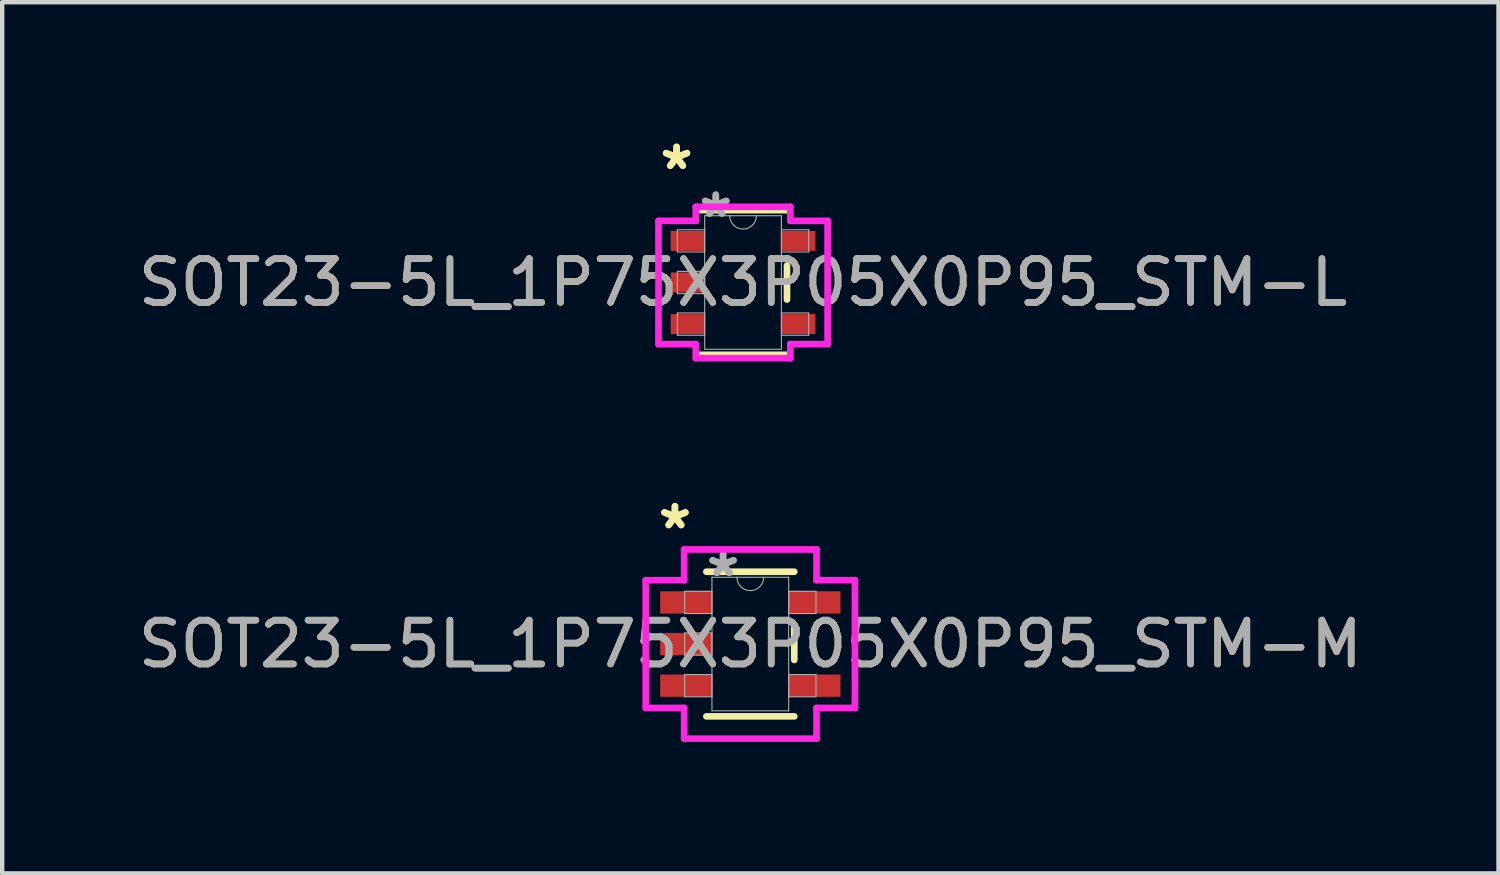
<source format=kicad_pcb>
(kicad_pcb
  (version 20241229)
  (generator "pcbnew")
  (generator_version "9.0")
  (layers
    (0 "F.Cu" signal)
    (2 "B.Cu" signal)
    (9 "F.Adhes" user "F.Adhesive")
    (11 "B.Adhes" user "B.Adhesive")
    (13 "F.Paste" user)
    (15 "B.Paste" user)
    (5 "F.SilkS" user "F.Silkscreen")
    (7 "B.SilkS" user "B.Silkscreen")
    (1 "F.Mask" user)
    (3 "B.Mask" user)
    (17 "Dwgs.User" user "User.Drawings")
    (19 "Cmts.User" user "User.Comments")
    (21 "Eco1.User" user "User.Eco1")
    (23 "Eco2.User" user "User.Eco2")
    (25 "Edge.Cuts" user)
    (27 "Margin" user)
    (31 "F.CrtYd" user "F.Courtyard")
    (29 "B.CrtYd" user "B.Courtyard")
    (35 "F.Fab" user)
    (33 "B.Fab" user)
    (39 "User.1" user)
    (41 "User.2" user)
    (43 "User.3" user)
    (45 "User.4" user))
  (footprint "SOT23-5L_1P75X3P05X0P95_STM-M"
    (layer "F.Cu")
    (at 14.077 11.651)
    (property "Reference" "SOT23-5L_1P75X3P05X0P95_STM-M" (at 0 0 0) (unlocked yes) (layer "F.SilkS") (effects (font (size 1 1) (thickness 0.15))))
    (attr smd)
    (fp_line (start -1.003 1.651) (end 1.003 1.651) (stroke (width 0.152) (type solid)) (layer "F.SilkS"))
    (fp_line (start 1.003 -1.651) (end -1.003 -1.651) (stroke (width 0.152) (type solid)) (layer "F.SilkS"))
    (fp_line (start 1.003 0.363) (end 1.003 -0.363) (stroke (width 0.152) (type solid)) (layer "F.SilkS"))
    (fp_line (start -2.388 -1.458) (end -1.511 -1.458) (stroke (width 0.152) (type solid)) (layer "F.CrtYd"))
    (fp_line (start -2.388 1.458) (end -2.388 -1.458) (stroke (width 0.152) (type solid)) (layer "F.CrtYd"))
    (fp_line (start -1.511 -2.159) (end 1.511 -2.159) (stroke (width 0.152) (type solid)) (layer "F.CrtYd"))
    (fp_line (start -1.511 -1.458) (end -1.511 -2.159) (stroke (width 0.152) (type solid)) (layer "F.CrtYd"))
    (fp_line (start -1.511 1.458) (end -2.388 1.458) (stroke (width 0.152) (type solid)) (layer "F.CrtYd"))
    (fp_line (start -1.511 2.159) (end -1.511 1.458) (stroke (width 0.152) (type solid)) (layer "F.CrtYd"))
    (fp_line (start 1.511 -2.159) (end 1.511 -1.458) (stroke (width 0.152) (type solid)) (layer "F.CrtYd"))
    (fp_line (start 1.511 -1.458) (end 2.388 -1.458) (stroke (width 0.152) (type solid)) (layer "F.CrtYd"))
    (fp_line (start 1.511 1.458) (end 1.511 2.159) (stroke (width 0.152) (type solid)) (layer "F.CrtYd"))
    (fp_line (start 1.511 2.159) (end -1.511 2.159) (stroke (width 0.152) (type solid)) (layer "F.CrtYd"))
    (fp_line (start 2.388 -1.458) (end 2.388 1.458) (stroke (width 0.152) (type solid)) (layer "F.CrtYd"))
    (fp_line (start 2.388 1.458) (end 1.511 1.458) (stroke (width 0.152) (type solid)) (layer "F.CrtYd"))
    (fp_line (start -1.499 -1.204) (end -1.499 -0.696) (stroke (width 0.025) (type solid)) (layer "F.Fab"))
    (fp_line (start -1.499 -0.696) (end -0.876 -0.696) (stroke (width 0.025) (type solid)) (layer "F.Fab"))
    (fp_line (start -1.499 -0.254) (end -1.499 0.254) (stroke (width 0.025) (type solid)) (layer "F.Fab"))
    (fp_line (start -1.499 0.254) (end -0.876 0.254) (stroke (width 0.025) (type solid)) (layer "F.Fab"))
    (fp_line (start -1.499 0.696) (end -1.499 1.204) (stroke (width 0.025) (type solid)) (layer "F.Fab"))
    (fp_line (start -1.499 1.204) (end -0.876 1.204) (stroke (width 0.025) (type solid)) (layer "F.Fab"))
    (fp_line (start -0.876 -1.524) (end -0.876 1.524) (stroke (width 0.025) (type solid)) (layer "F.Fab"))
    (fp_line (start -0.876 -1.204) (end -1.499 -1.204) (stroke (width 0.025) (type solid)) (layer "F.Fab"))
    (fp_line (start -0.876 -0.696) (end -0.876 -1.204) (stroke (width 0.025) (type solid)) (layer "F.Fab"))
    (fp_line (start -0.876 -0.254) (end -1.499 -0.254) (stroke (width 0.025) (type solid)) (layer "F.Fab"))
    (fp_line (start -0.876 0.254) (end -0.876 -0.254) (stroke (width 0.025) (type solid)) (layer "F.Fab"))
    (fp_line (start -0.876 0.696) (end -1.499 0.696) (stroke (width 0.025) (type solid)) (layer "F.Fab"))
    (fp_line (start -0.876 1.204) (end -0.876 0.696) (stroke (width 0.025) (type solid)) (layer "F.Fab"))
    (fp_line (start -0.876 1.524) (end 0.876 1.524) (stroke (width 0.025) (type solid)) (layer "F.Fab"))
    (fp_line (start 0.876 -1.524) (end -0.876 -1.524) (stroke (width 0.025) (type solid)) (layer "F.Fab"))
    (fp_line (start 0.876 -1.204) (end 0.876 -0.696) (stroke (width 0.025) (type solid)) (layer "F.Fab"))
    (fp_line (start 0.876 -0.696) (end 1.499 -0.696) (stroke (width 0.025) (type solid)) (layer "F.Fab"))
    (fp_line (start 0.876 0.696) (end 0.876 1.204) (stroke (width 0.025) (type solid)) (layer "F.Fab"))
    (fp_line (start 0.876 1.204) (end 1.499 1.204) (stroke (width 0.025) (type solid)) (layer "F.Fab"))
    (fp_line (start 0.876 1.524) (end 0.876 -1.524) (stroke (width 0.025) (type solid)) (layer "F.Fab"))
    (fp_line (start 1.499 -1.204) (end 0.876 -1.204) (stroke (width 0.025) (type solid)) (layer "F.Fab"))
    (fp_line (start 1.499 -0.696) (end 1.499 -1.204) (stroke (width 0.025) (type solid)) (layer "F.Fab"))
    (fp_line (start 1.499 0.696) (end 0.876 0.696) (stroke (width 0.025) (type solid)) (layer "F.Fab"))
    (fp_line (start 1.499 1.204) (end 1.499 0.696) (stroke (width 0.025) (type solid)) (layer "F.Fab"))
    (fp_arc (start 0.3048 -1.524) (mid 0 -1.2192) (end -0.3048 -1.524) (stroke (width 0.0254) (type solid)) (layer "F.Fab"))
    (fp_text user "*" (at -1.721 -2.601 0) (layer "F.SilkS") (effects (font (size 1 1) (thickness 0.15))))
    (fp_text user "*" (at -1.721 -2.601 0) (unlocked yes) (layer "F.SilkS") (effects (font (size 1 1) (thickness 0.15))))
    (fp_text user "*" (at -0.622 -1.509 0) (layer "F.Fab") (effects (font (size 1 1) (thickness 0.15))))
    (fp_text user "*" (at -0.622 -1.509 0) (unlocked yes) (layer "F.Fab") (effects (font (size 1 1) (thickness 0.15))))
    (fp_text user "${REFERENCE}" (at 0 0 0) (unlocked yes) (layer "F.Fab") (effects (font (size 1 1) (thickness 0.15))))
    (pad "1" smd rect (at -1.467 -0.95) (size 1.181 0.508) (layers "F.Cu" "F.Mask" "F.Paste"))
    (pad "2" smd rect (at -1.467 0) (size 1.181 0.508) (layers "F.Cu" "F.Mask" "F.Paste"))
    (pad "3" smd rect (at -1.467 0.95) (size 1.181 0.508) (layers "F.Cu" "F.Mask" "F.Paste"))
    (pad "4" smd rect (at 1.467 0.95) (size 1.181 0.508) (layers "F.Cu" "F.Mask" "F.Paste"))
    (pad "5" smd rect (at 1.467 -0.95) (size 1.181 0.508) (layers "F.Cu" "F.Mask" "F.Paste")))
  (footprint "SOT23-5L_1P75X3P05X0P95_STM-L"
    (layer "F.Cu")
    (at 13.911 3.398)
    (property "Reference" "SOT23-5L_1P75X3P05X0P95_STM-L" (at 0 0 0) (unlocked yes) (layer "F.SilkS") (effects (font (size 1 1) (thickness 0.15))))
    (attr smd)
    (fp_line (start -1.003 1.651) (end 1.003 1.651) (stroke (width 0.152) (type solid)) (layer "F.SilkS"))
    (fp_line (start 1.003 -1.651) (end -1.003 -1.651) (stroke (width 0.152) (type solid)) (layer "F.SilkS"))
    (fp_line (start 1.003 0.389) (end 1.003 -0.389) (stroke (width 0.152) (type solid)) (layer "F.SilkS"))
    (fp_line (start -1.93 -1.407) (end -1.079 -1.407) (stroke (width 0.152) (type solid)) (layer "F.CrtYd"))
    (fp_line (start -1.93 1.407) (end -1.93 -1.407) (stroke (width 0.152) (type solid)) (layer "F.CrtYd"))
    (fp_line (start -1.079 -1.727) (end 1.079 -1.727) (stroke (width 0.152) (type solid)) (layer "F.CrtYd"))
    (fp_line (start -1.079 -1.407) (end -1.079 -1.727) (stroke (width 0.152) (type solid)) (layer "F.CrtYd"))
    (fp_line (start -1.079 1.407) (end -1.93 1.407) (stroke (width 0.152) (type solid)) (layer "F.CrtYd"))
    (fp_line (start -1.079 1.727) (end -1.079 1.407) (stroke (width 0.152) (type solid)) (layer "F.CrtYd"))
    (fp_line (start 1.079 -1.727) (end 1.079 -1.407) (stroke (width 0.152) (type solid)) (layer "F.CrtYd"))
    (fp_line (start 1.079 -1.407) (end 1.93 -1.407) (stroke (width 0.152) (type solid)) (layer "F.CrtYd"))
    (fp_line (start 1.079 1.407) (end 1.079 1.727) (stroke (width 0.152) (type solid)) (layer "F.CrtYd"))
    (fp_line (start 1.079 1.727) (end -1.079 1.727) (stroke (width 0.152) (type solid)) (layer "F.CrtYd"))
    (fp_line (start 1.93 -1.407) (end 1.93 1.407) (stroke (width 0.152) (type solid)) (layer "F.CrtYd"))
    (fp_line (start 1.93 1.407) (end 1.079 1.407) (stroke (width 0.152) (type solid)) (layer "F.CrtYd"))
    (fp_line (start -1.499 -1.204) (end -1.499 -0.696) (stroke (width 0.025) (type solid)) (layer "F.Fab"))
    (fp_line (start -1.499 -0.696) (end -0.876 -0.696) (stroke (width 0.025) (type solid)) (layer "F.Fab"))
    (fp_line (start -1.499 -0.254) (end -1.499 0.254) (stroke (width 0.025) (type solid)) (layer "F.Fab"))
    (fp_line (start -1.499 0.254) (end -0.876 0.254) (stroke (width 0.025) (type solid)) (layer "F.Fab"))
    (fp_line (start -1.499 0.696) (end -1.499 1.204) (stroke (width 0.025) (type solid)) (layer "F.Fab"))
    (fp_line (start -1.499 1.204) (end -0.876 1.204) (stroke (width 0.025) (type solid)) (layer "F.Fab"))
    (fp_line (start -0.876 -1.524) (end -0.876 1.524) (stroke (width 0.025) (type solid)) (layer "F.Fab"))
    (fp_line (start -0.876 -1.204) (end -1.499 -1.204) (stroke (width 0.025) (type solid)) (layer "F.Fab"))
    (fp_line (start -0.876 -0.696) (end -0.876 -1.204) (stroke (width 0.025) (type solid)) (layer "F.Fab"))
    (fp_line (start -0.876 -0.254) (end -1.499 -0.254) (stroke (width 0.025) (type solid)) (layer "F.Fab"))
    (fp_line (start -0.876 0.254) (end -0.876 -0.254) (stroke (width 0.025) (type solid)) (layer "F.Fab"))
    (fp_line (start -0.876 0.696) (end -1.499 0.696) (stroke (width 0.025) (type solid)) (layer "F.Fab"))
    (fp_line (start -0.876 1.204) (end -0.876 0.696) (stroke (width 0.025) (type solid)) (layer "F.Fab"))
    (fp_line (start -0.876 1.524) (end 0.876 1.524) (stroke (width 0.025) (type solid)) (layer "F.Fab"))
    (fp_line (start 0.876 -1.524) (end -0.876 -1.524) (stroke (width 0.025) (type solid)) (layer "F.Fab"))
    (fp_line (start 0.876 -1.204) (end 0.876 -0.696) (stroke (width 0.025) (type solid)) (layer "F.Fab"))
    (fp_line (start 0.876 -0.696) (end 1.499 -0.696) (stroke (width 0.025) (type solid)) (layer "F.Fab"))
    (fp_line (start 0.876 0.696) (end 0.876 1.204) (stroke (width 0.025) (type solid)) (layer "F.Fab"))
    (fp_line (start 0.876 1.204) (end 1.499 1.204) (stroke (width 0.025) (type solid)) (layer "F.Fab"))
    (fp_line (start 0.876 1.524) (end 0.876 -1.524) (stroke (width 0.025) (type solid)) (layer "F.Fab"))
    (fp_line (start 1.499 -1.204) (end 0.876 -1.204) (stroke (width 0.025) (type solid)) (layer "F.Fab"))
    (fp_line (start 1.499 -0.696) (end 1.499 -1.204) (stroke (width 0.025) (type solid)) (layer "F.Fab"))
    (fp_line (start 1.499 0.696) (end 0.876 0.696) (stroke (width 0.025) (type solid)) (layer "F.Fab"))
    (fp_line (start 1.499 1.204) (end 1.499 0.696) (stroke (width 0.025) (type solid)) (layer "F.Fab"))
    (fp_arc (start 0.3048 -1.524) (mid 0 -1.2192) (end -0.3048 -1.524) (stroke (width 0.0254) (type solid)) (layer "F.Fab"))
    (fp_text user "*" (at -1.518 -2.55 0) (layer "F.SilkS") (effects (font (size 1 1) (thickness 0.15))))
    (fp_text user "*" (at -1.518 -2.55 0) (unlocked yes) (layer "F.SilkS") (effects (font (size 1 1) (thickness 0.15))))
    (fp_text user "*" (at -0.622 -1.458 0) (unlocked yes) (layer "F.Fab") (effects (font (size 1 1) (thickness 0.15))))
    (fp_text user "*" (at -0.622 -1.458 0) (layer "F.Fab") (effects (font (size 1 1) (thickness 0.15))))
    (fp_text user "${REFERENCE}" (at 0 0 0) (unlocked yes) (layer "F.Fab") (effects (font (size 1 1) (thickness 0.15))))
    (pad "1" smd rect (at -1.264 -0.95) (size 0.775 0.457) (layers "F.Cu" "F.Mask" "F.Paste"))
    (pad "2" smd rect (at -1.264 0) (size 0.775 0.457) (layers "F.Cu" "F.Mask" "F.Paste"))
    (pad "3" smd rect (at -1.264 0.95) (size 0.775 0.457) (layers "F.Cu" "F.Mask" "F.Paste"))
    (pad "4" smd rect (at 1.264 0.95) (size 0.775 0.457) (layers "F.Cu" "F.Mask" "F.Paste"))
    (pad "5" smd rect (at 1.264 -0.95) (size 0.775 0.457) (layers "F.Cu" "F.Mask" "F.Paste")))
  (gr_rect
    (start -3 -3)
    (end 31.155 16.886)
    (stroke (width 0.1) (type default))
    (fill no)
    (layer "Edge.Cuts")))
</source>
